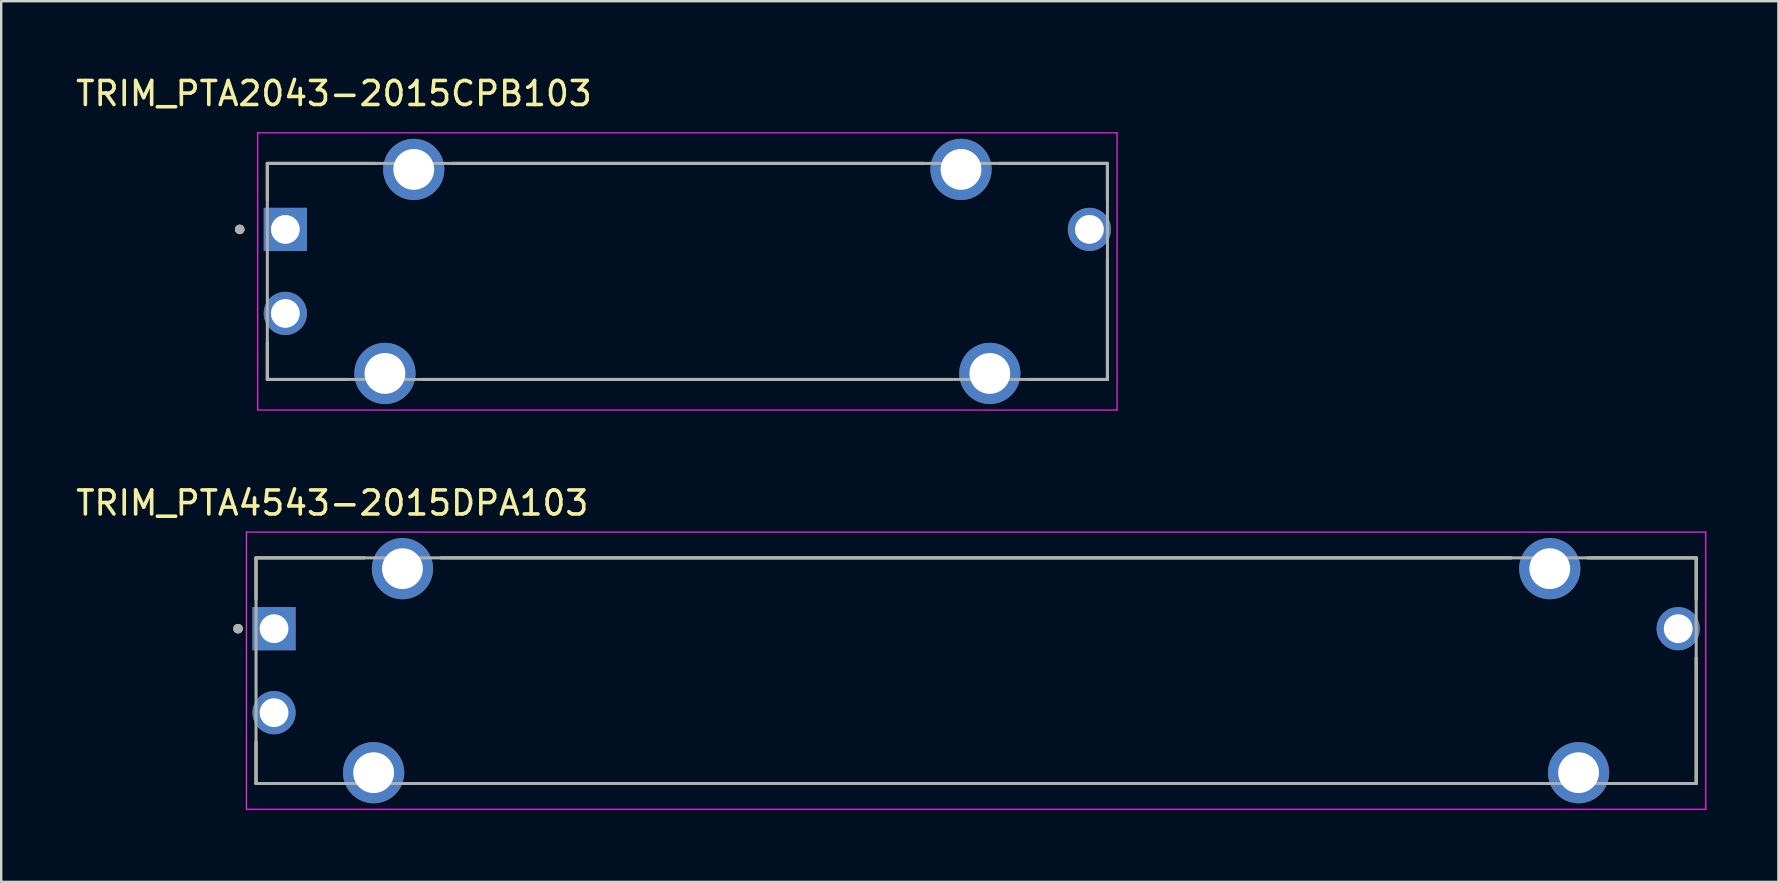
<source format=kicad_pcb>
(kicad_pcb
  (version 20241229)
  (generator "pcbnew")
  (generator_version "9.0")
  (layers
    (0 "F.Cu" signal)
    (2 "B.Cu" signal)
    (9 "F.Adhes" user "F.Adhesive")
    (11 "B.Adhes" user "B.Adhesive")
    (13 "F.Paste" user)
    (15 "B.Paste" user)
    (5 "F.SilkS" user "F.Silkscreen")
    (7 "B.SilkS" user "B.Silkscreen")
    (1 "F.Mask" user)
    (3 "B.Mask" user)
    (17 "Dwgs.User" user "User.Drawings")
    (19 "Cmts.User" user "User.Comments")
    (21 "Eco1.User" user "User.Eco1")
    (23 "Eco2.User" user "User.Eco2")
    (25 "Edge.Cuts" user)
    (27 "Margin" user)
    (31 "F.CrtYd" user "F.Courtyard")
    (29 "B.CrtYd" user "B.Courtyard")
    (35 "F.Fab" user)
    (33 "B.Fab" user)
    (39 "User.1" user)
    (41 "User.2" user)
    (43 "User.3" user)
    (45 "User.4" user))
  (footprint "TRIM_PTA4543-2015DPA103"
    (layer "F.Cu")
    (at 37.617 24.892)
    (property "Reference" "TRIM_PTA4543-2015DPA103" (at -26.825 -6.985 0) (layer "F.SilkS") (effects (font (size 1 1) (thickness 0.15))))
    (attr through_hole)
    (fp_line (start -30 -4.7) (end -25.495 -4.7) (stroke (width 0.127) (type solid)) (layer "F.SilkS"))
    (fp_line (start -30 -2.97) (end -30 -4.7) (stroke (width 0.127) (type solid)) (layer "F.SilkS"))
    (fp_line (start -30 4.7) (end -30 2.97) (stroke (width 0.127) (type solid)) (layer "F.SilkS"))
    (fp_line (start -26.695 4.7) (end -30 4.7) (stroke (width 0.127) (type solid)) (layer "F.SilkS"))
    (fp_line (start -23.505 4.7) (end 23.505 4.7) (stroke (width 0.127) (type solid)) (layer "F.SilkS"))
    (fp_line (start -22.305 -4.7) (end 22.305 -4.7) (stroke (width 0.127) (type solid)) (layer "F.SilkS"))
    (fp_line (start 25.495 -4.7) (end 30 -4.7) (stroke (width 0.127) (type solid)) (layer "F.SilkS"))
    (fp_line (start 30 -4.7) (end 30 -2.97) (stroke (width 0.127) (type solid)) (layer "F.SilkS"))
    (fp_line (start 30 4.7) (end 26.695 4.7) (stroke (width 0.127) (type solid)) (layer "F.SilkS"))
    (fp_line (start 30 4.7) (end 30 -0.53) (stroke (width 0.127) (type solid)) (layer "F.SilkS"))
    (fp_circle (center -30.75 -1.75) (end -30.65 -1.75) (stroke (width 0.2) (type solid)) (fill no) (layer "F.SilkS"))
    (fp_line (start -30.4 -5.775) (end -30.4 5.775) (stroke (width 0.05) (type solid)) (layer "F.CrtYd"))
    (fp_line (start -30.4 5.775) (end 30.4 5.775) (stroke (width 0.05) (type solid)) (layer "F.CrtYd"))
    (fp_line (start 30.4 -5.775) (end -30.4 -5.775) (stroke (width 0.05) (type solid)) (layer "F.CrtYd"))
    (fp_line (start 30.4 5.775) (end 30.4 -5.775) (stroke (width 0.05) (type solid)) (layer "F.CrtYd"))
    (fp_line (start -30 -4.7) (end 30 -4.7) (stroke (width 0.127) (type solid)) (layer "F.Fab"))
    (fp_line (start -30 4.7) (end -30 -4.7) (stroke (width 0.127) (type solid)) (layer "F.Fab"))
    (fp_line (start 30 -4.7) (end 30 4.7) (stroke (width 0.127) (type solid)) (layer "F.Fab"))
    (fp_line (start 30 4.7) (end -30 4.7) (stroke (width 0.127) (type solid)) (layer "F.Fab"))
    (fp_circle (center -30.75 -1.75) (end -30.65 -1.75) (stroke (width 0.2) (type solid)) (fill no) (layer "F.Fab"))
    (pad "1" thru_hole rect (at -29.25 -1.75) (size 1.8 1.8) (drill 1.2) (layers "*.Cu" "*.Mask"))
    (pad "2" thru_hole circle (at -29.25 1.75) (size 1.8 1.8) (drill 1.2) (layers "*.Cu" "*.Mask"))
    (pad "3" thru_hole circle (at 29.25 -1.75) (size 1.8 1.8) (drill 1.2) (layers "*.Cu" "*.Mask"))
    (pad "SH1" thru_hole circle (at -23.9 -4.25) (size 2.55 2.55) (drill 1.7) (layers "*.Cu" "*.Mask"))
    (pad "SH2" thru_hole circle (at -25.1 4.25) (size 2.55 2.55) (drill 1.7) (layers "*.Cu" "*.Mask"))
    (pad "SH3" thru_hole circle (at 23.9 -4.25) (size 2.55 2.55) (drill 1.7) (layers "*.Cu" "*.Mask"))
    (pad "SH4" thru_hole circle (at 25.1 4.25) (size 2.55 2.55) (drill 1.7) (layers "*.Cu" "*.Mask")))
  (footprint "TRIM_PTA2043-2015CPB103"
    (layer "F.Cu")
    (at 25.588 8.258)
    (property "Reference" "TRIM_PTA2043-2015CPB103" (at -14.725 -7.41 0) (layer "F.SilkS") (effects (font (size 1 1) (thickness 0.15))))
    (attr through_hole)
    (fp_line (start -17.5 -4.5) (end -17.5 -2.97) (stroke (width 0.127) (type solid)) (layer "F.SilkS"))
    (fp_line (start -17.5 -4.5) (end -12.995 -4.5) (stroke (width 0.127) (type solid)) (layer "F.SilkS"))
    (fp_line (start -17.5 4.5) (end -17.5 2.97) (stroke (width 0.127) (type solid)) (layer "F.SilkS"))
    (fp_line (start -17.5 4.5) (end -14.195 4.5) (stroke (width 0.127) (type solid)) (layer "F.SilkS"))
    (fp_line (start -11.005 4.5) (end 11.005 4.5) (stroke (width 0.127) (type solid)) (layer "F.SilkS"))
    (fp_line (start -9.805 -4.5) (end 9.805 -4.5) (stroke (width 0.127) (type solid)) (layer "F.SilkS"))
    (fp_line (start 12.995 -4.5) (end 17.5 -4.5) (stroke (width 0.127) (type solid)) (layer "F.SilkS"))
    (fp_line (start 14.195 4.5) (end 17.5 4.5) (stroke (width 0.127) (type solid)) (layer "F.SilkS"))
    (fp_line (start 17.5 -4.5) (end 17.5 -2.97) (stroke (width 0.127) (type solid)) (layer "F.SilkS"))
    (fp_line (start 17.5 4.5) (end 17.5 -0.53) (stroke (width 0.127) (type solid)) (layer "F.SilkS"))
    (fp_circle (center -18.65 -1.75) (end -18.55 -1.75) (stroke (width 0.2) (type solid)) (fill no) (layer "F.SilkS"))
    (fp_line (start -17.9 -5.775) (end -17.9 5.775) (stroke (width 0.05) (type solid)) (layer "F.CrtYd"))
    (fp_line (start -17.9 5.775) (end 17.9 5.775) (stroke (width 0.05) (type solid)) (layer "F.CrtYd"))
    (fp_line (start 17.9 -5.775) (end -17.9 -5.775) (stroke (width 0.05) (type solid)) (layer "F.CrtYd"))
    (fp_line (start 17.9 5.775) (end 17.9 -5.775) (stroke (width 0.05) (type solid)) (layer "F.CrtYd"))
    (fp_line (start -17.5 -4.5) (end -17.5 4.5) (stroke (width 0.127) (type solid)) (layer "F.Fab"))
    (fp_line (start -17.5 -4.5) (end 17.5 -4.5) (stroke (width 0.127) (type solid)) (layer "F.Fab"))
    (fp_line (start -17.5 4.5) (end 17.5 4.5) (stroke (width 0.127) (type solid)) (layer "F.Fab"))
    (fp_line (start 17.5 -4.5) (end 17.5 4.5) (stroke (width 0.127) (type solid)) (layer "F.Fab"))
    (fp_circle (center -18.65 -1.75) (end -18.55 -1.75) (stroke (width 0.2) (type solid)) (fill no) (layer "F.Fab"))
    (pad "1" thru_hole rect (at -16.75 -1.75) (size 1.8 1.8) (drill 1.2) (layers "*.Cu" "*.Mask"))
    (pad "2" thru_hole circle (at -16.75 1.75) (size 1.8 1.8) (drill 1.2) (layers "*.Cu" "*.Mask"))
    (pad "3" thru_hole circle (at 16.75 -1.75) (size 1.8 1.8) (drill 1.2) (layers "*.Cu" "*.Mask"))
    (pad "S1" thru_hole circle (at -11.4 -4.25) (size 2.55 2.55) (drill 1.7) (layers "*.Cu" "*.Mask"))
    (pad "S2" thru_hole circle (at -12.6 4.25) (size 2.55 2.55) (drill 1.7) (layers "*.Cu" "*.Mask"))
    (pad "S3" thru_hole circle (at 11.4 -4.25) (size 2.55 2.55) (drill 1.7) (layers "*.Cu" "*.Mask"))
    (pad "S4" thru_hole circle (at 12.6 4.25) (size 2.55 2.55) (drill 1.7) (layers "*.Cu" "*.Mask")))
  (gr_rect
    (start -3 -3)
    (end 71.042 33.691)
    (stroke (width 0.1) (type default))
    (fill no)
    (layer "Edge.Cuts")))
</source>
